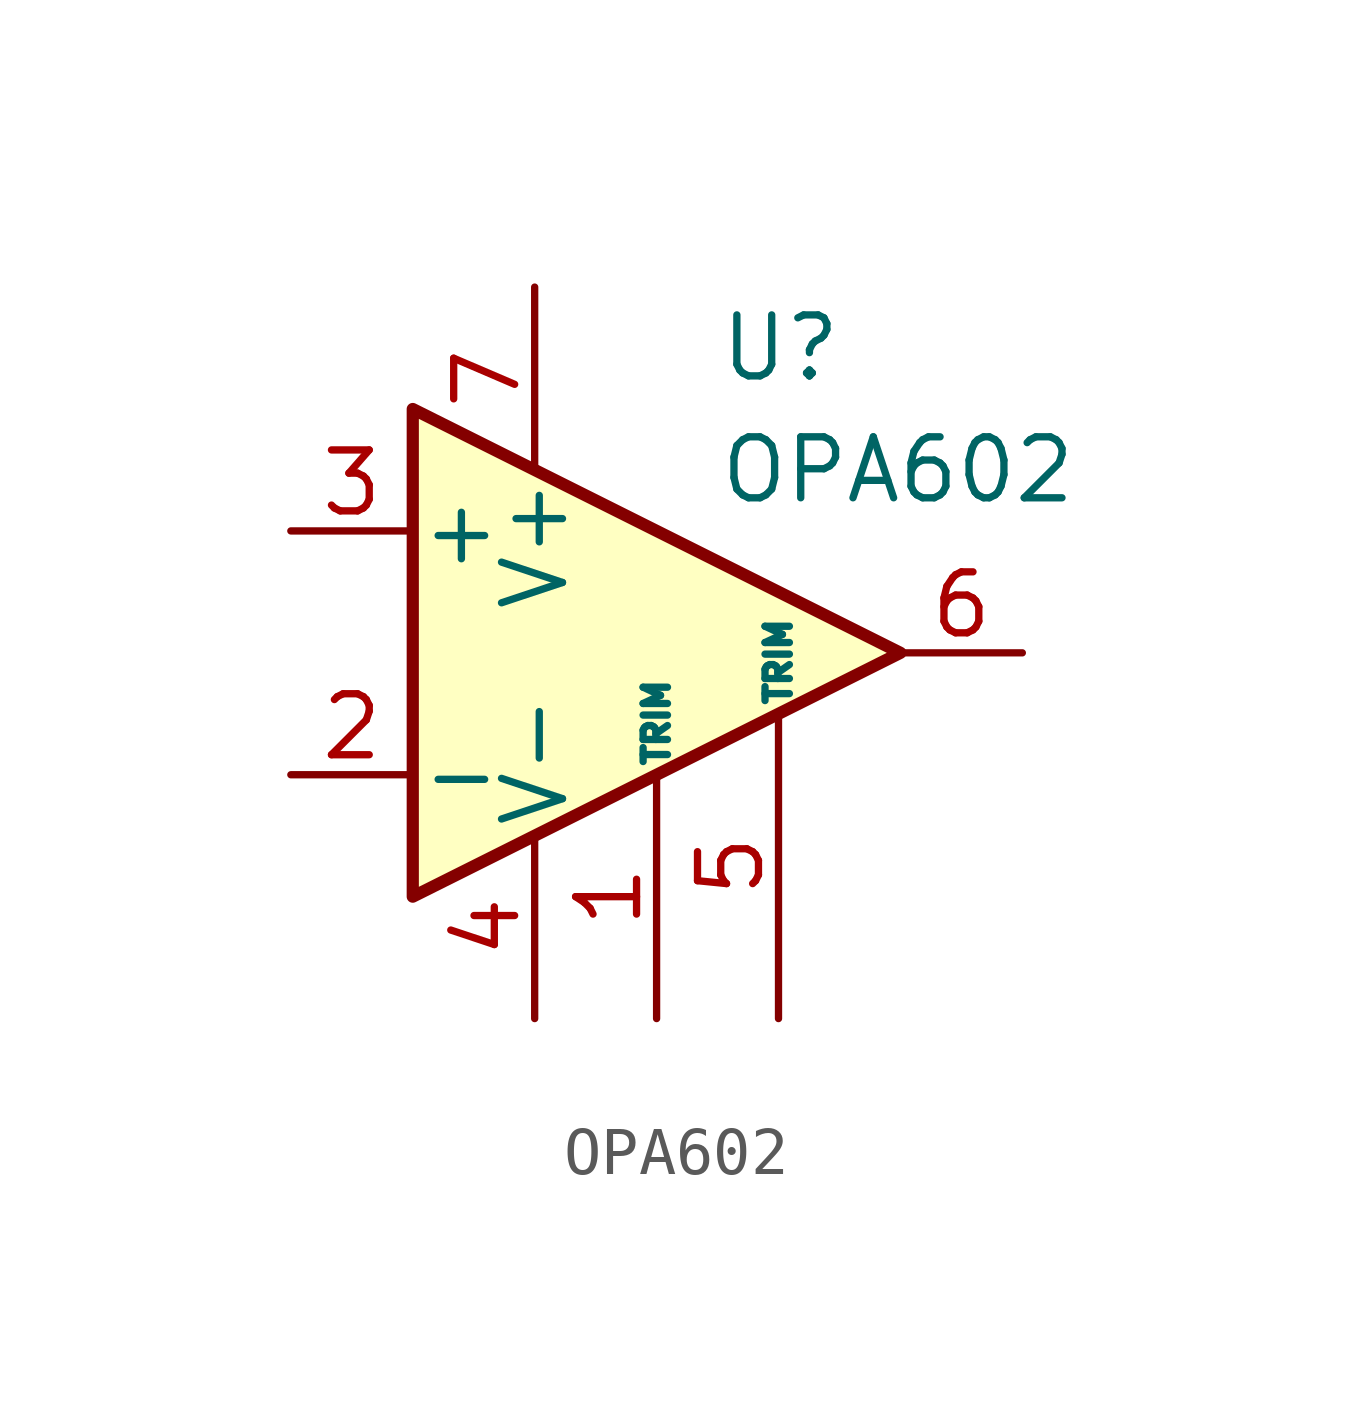
<source format=kicad_sym>
(kicad_symbol_lib
  (version 20211014)
  (generator kicad_symbol_editor)
  (symbol "OPA602"
    (pin_names
      (offset 0.127))
    (property "Reference" "U"
      (at 1.27 6.35 0)
      (effects (font (size 1.27 1.27)) (justify left)))
    (property "Value" "OPA602"
      (at 1.27 3.81 0)
      (effects (font (size 1.27 1.27)) (justify left)))
    (symbol "OPA602_0_1"
      (polyline (pts (xy -5.08 5.08) (xy 5.08 0) (xy -5.08 -5.08) (xy -5.08 5.08)) (stroke (width 0.254) (type default) (color 0 0 0 0)) (fill (type background))))
    (symbol "OPA602_1_1"
      (pin input line (at 0 -7.62 90) (length 5.08) (name "TRIM" (effects (font (size 0.508 0.508)))) (number "1" (effects (font (size 1.27 1.27)))))
      (pin input line (at -7.62 -2.54 0) (length 2.54) (name "-" (effects (font (size 1.27 1.27)))) (number "2" (effects (font (size 1.27 1.27)))))
      (pin input line (at -7.62 2.54 0) (length 2.54) (name "+" (effects (font (size 1.27 1.27)))) (number "3" (effects (font (size 1.27 1.27)))))
      (pin power_in line (at -2.54 -7.62 90) (length 3.81) (name "V-" (effects (font (size 1.27 1.27)))) (number "4" (effects (font (size 1.27 1.27)))))
      (pin input line (at 2.54 -7.62 90) (length 6.35) (name "TRIM" (effects (font (size 0.508 0.508)))) (number "5" (effects (font (size 1.27 1.27)))))
      (pin output line (at 7.62 0 180) (length 2.54) (name "~" (effects (font (size 1.27 1.27)))) (number "6" (effects (font (size 1.27 1.27)))))
      (pin power_in line (at -2.54 7.62 270) (length 3.81) (name "V+" (effects (font (size 1.27 1.27)))) (number "7" (effects (font (size 1.27 1.27)))))
      (pin no_connect line (at 0 7.62 270) (length 5.08) hide (name "C/B" (effects (font (size 0.508 0.508)))) (number "8" (effects (font (size 1.27 1.27))))))))
</source>
